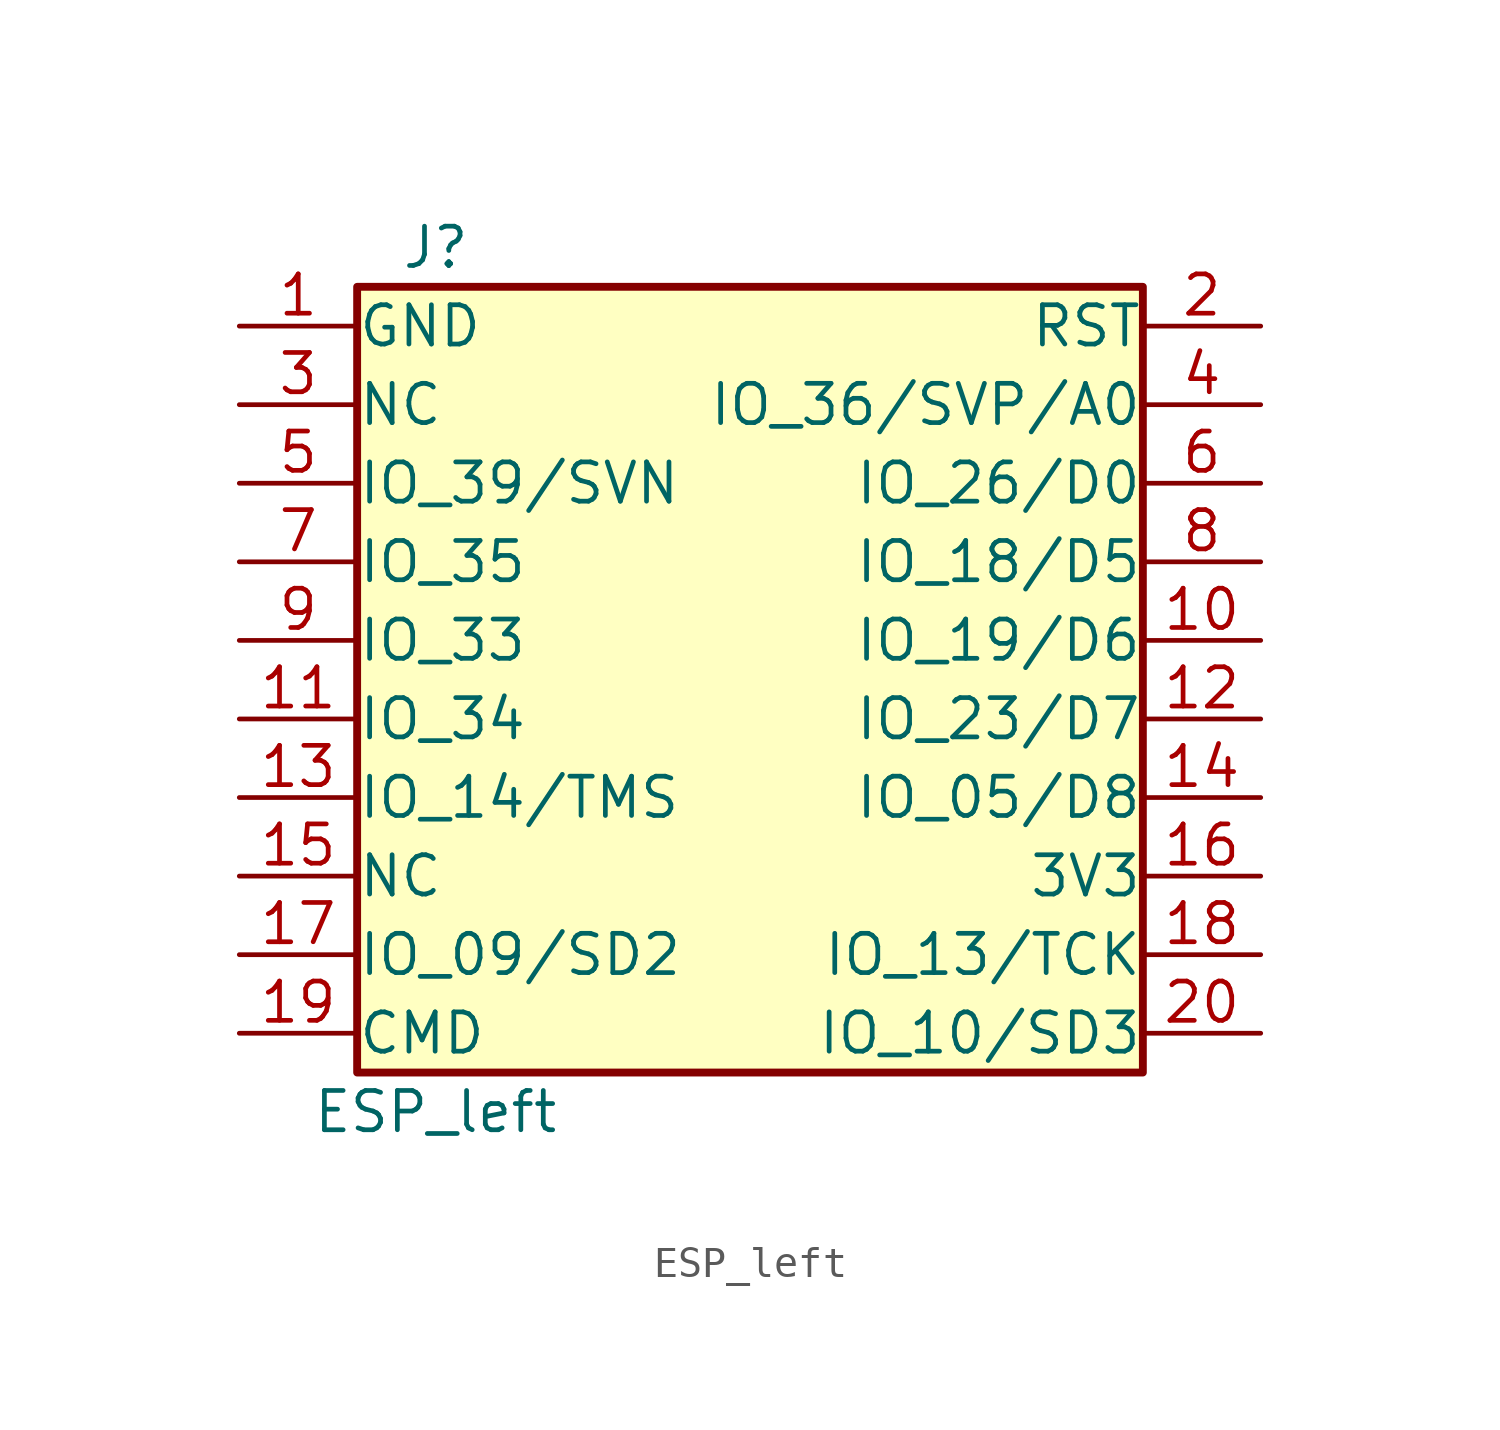
<source format=kicad_sym>
(kicad_symbol_lib
  (version 20220914)
  (generator kicad_symbol_editor)
  (symbol "ESP_left"
    (pin_names
      (offset 0.002))
    (property "Reference" "J"
      (at 1.27 12.7 0)
      (effects (font (size 1.27 1.27))))
    (property "Value" "ESP_left"
      (at 1.27 -15.24 0)
      (effects (font (size 1.27 1.27))))
    (symbol "ESP_left_1_1"
      (rectangle (start -1.27 11.43) (end 24.13 -13.97) (stroke (width 0.254) (type default)) (fill (type background)))
      (pin passive line (at -5.08 10.16 0) (length 3.81) (name "GND" (effects (font (size 1.27 1.27)))) (number "1" (effects (font (size 1.27 1.27)))))
      (pin passive line (at 27.94 0 180) (length 3.81) (name "IO_19/D6" (effects (font (size 1.27 1.27)))) (number "10" (effects (font (size 1.27 1.27)))))
      (pin passive line (at -5.08 -2.54 0) (length 3.81) (name "IO_34" (effects (font (size 1.27 1.27)))) (number "11" (effects (font (size 1.27 1.27)))))
      (pin passive line (at 27.94 -2.54 180) (length 3.81) (name "IO_23/D7" (effects (font (size 1.27 1.27)))) (number "12" (effects (font (size 1.27 1.27)))))
      (pin passive line (at -5.08 -5.08 0) (length 3.81) (name "IO_14/TMS" (effects (font (size 1.27 1.27)))) (number "13" (effects (font (size 1.27 1.27)))))
      (pin passive line (at 27.94 -5.08 180) (length 3.81) (name "IO_05/D8" (effects (font (size 1.27 1.27)))) (number "14" (effects (font (size 1.27 1.27)))))
      (pin passive line (at -5.08 -7.62 0) (length 3.81) (name "NC" (effects (font (size 1.27 1.27)))) (number "15" (effects (font (size 1.27 1.27)))))
      (pin power_out line (at 27.94 -7.62 180) (length 3.81) (name "3V3" (effects (font (size 1.27 1.27)))) (number "16" (effects (font (size 1.27 1.27)))))
      (pin passive line (at -5.08 -10.16 0) (length 3.81) (name "IO_09/SD2" (effects (font (size 1.27 1.27)))) (number "17" (effects (font (size 1.27 1.27)))))
      (pin passive line (at 27.94 -10.16 180) (length 3.81) (name "IO_13/TCK" (effects (font (size 1.27 1.27)))) (number "18" (effects (font (size 1.27 1.27)))))
      (pin passive line (at -5.08 -12.7 0) (length 3.81) (name "CMD" (effects (font (size 1.27 1.27)))) (number "19" (effects (font (size 1.27 1.27)))))
      (pin passive line (at 27.94 10.16 180) (length 3.81) (name "RST" (effects (font (size 1.27 1.27)))) (number "2" (effects (font (size 1.27 1.27)))))
      (pin passive line (at 27.94 -12.7 180) (length 3.81) (name "IO_10/SD3" (effects (font (size 1.27 1.27)))) (number "20" (effects (font (size 1.27 1.27)))))
      (pin passive line (at -5.08 7.62 0) (length 3.81) (name "NC" (effects (font (size 1.27 1.27)))) (number "3" (effects (font (size 1.27 1.27)))))
      (pin passive line (at 27.94 7.62 180) (length 3.81) (name "IO_36/SVP/A0" (effects (font (size 1.27 1.27)))) (number "4" (effects (font (size 1.27 1.27)))))
      (pin passive line (at -5.08 5.08 0) (length 3.81) (name "IO_39/SVN" (effects (font (size 1.27 1.27)))) (number "5" (effects (font (size 1.27 1.27)))))
      (pin passive line (at 27.94 5.08 180) (length 3.81) (name "IO_26/D0" (effects (font (size 1.27 1.27)))) (number "6" (effects (font (size 1.27 1.27)))))
      (pin passive line (at -5.08 2.54 0) (length 3.81) (name "IO_35" (effects (font (size 1.27 1.27)))) (number "7" (effects (font (size 1.27 1.27)))))
      (pin passive line (at 27.94 2.54 180) (length 3.81) (name "IO_18/D5" (effects (font (size 1.27 1.27)))) (number "8" (effects (font (size 1.27 1.27)))))
      (pin passive line (at -5.08 0 0) (length 3.81) (name "IO_33" (effects (font (size 1.27 1.27)))) (number "9" (effects (font (size 1.27 1.27))))))))
</source>
